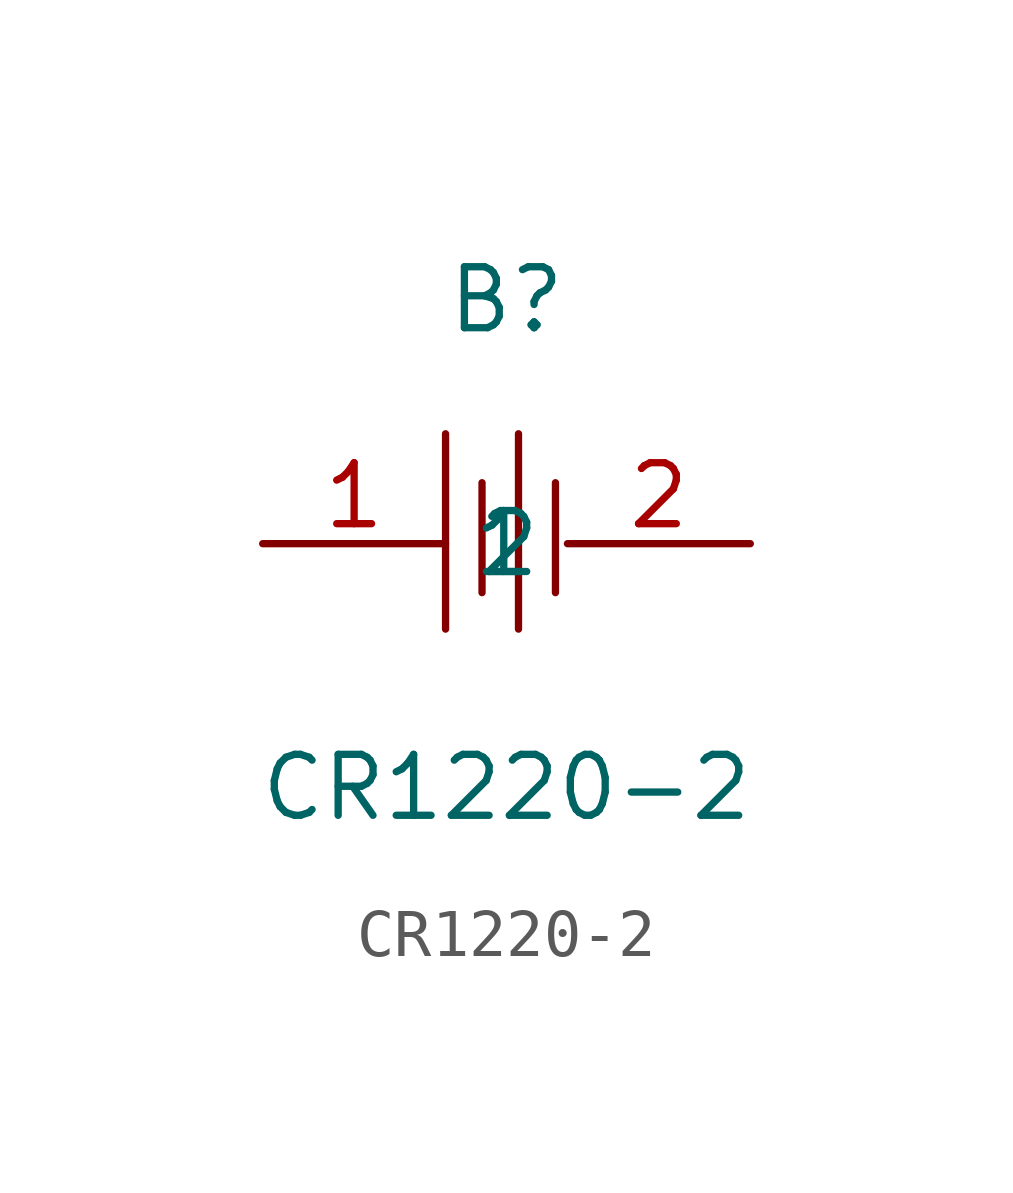
<source format=kicad_sym>
(kicad_symbol_lib
  (version 20211014)
  (generator https://github.com/uPesy/easyeda2kicad.py)
  (symbol "CR1220-2"
    (property "Reference" "B"
      (at 0 5.08 0)
      (effects (font (size 1.27 1.27))))
    (property "Value" "CR1220-2"
      (at 0 -5.08 0)
      (effects (font (size 1.27 1.27))))
    (symbol "CR1220-2_0_1"
      (polyline (pts (xy -1.27 2.29) (xy -1.27 -1.78)) (stroke (width 0) (type default) (color 0 0 0 0)) (fill (type none)))
      (polyline (pts (xy -0.51 1.27) (xy -0.51 -1.02)) (stroke (width 0) (type default) (color 0 0 0 0)) (fill (type none)))
      (polyline (pts (xy 0.25 2.29) (xy 0.25 -1.78)) (stroke (width 0) (type default) (color 0 0 0 0)) (fill (type none)))
      (polyline (pts (xy 1.02 1.27) (xy 1.02 -1.02)) (stroke (width 0) (type default) (color 0 0 0 0)) (fill (type none)))
      (pin input line (at -5.08 -0.00 0) (length 3.81) (name "1" (effects (font (size 1.27 1.27)))) (number "1" (effects (font (size 1.27 1.27)))))
      (pin input line (at 5.08 -0.00 180) (length 3.81) (name "2" (effects (font (size 1.27 1.27)))) (number "2" (effects (font (size 1.27 1.27))))))))
</source>
